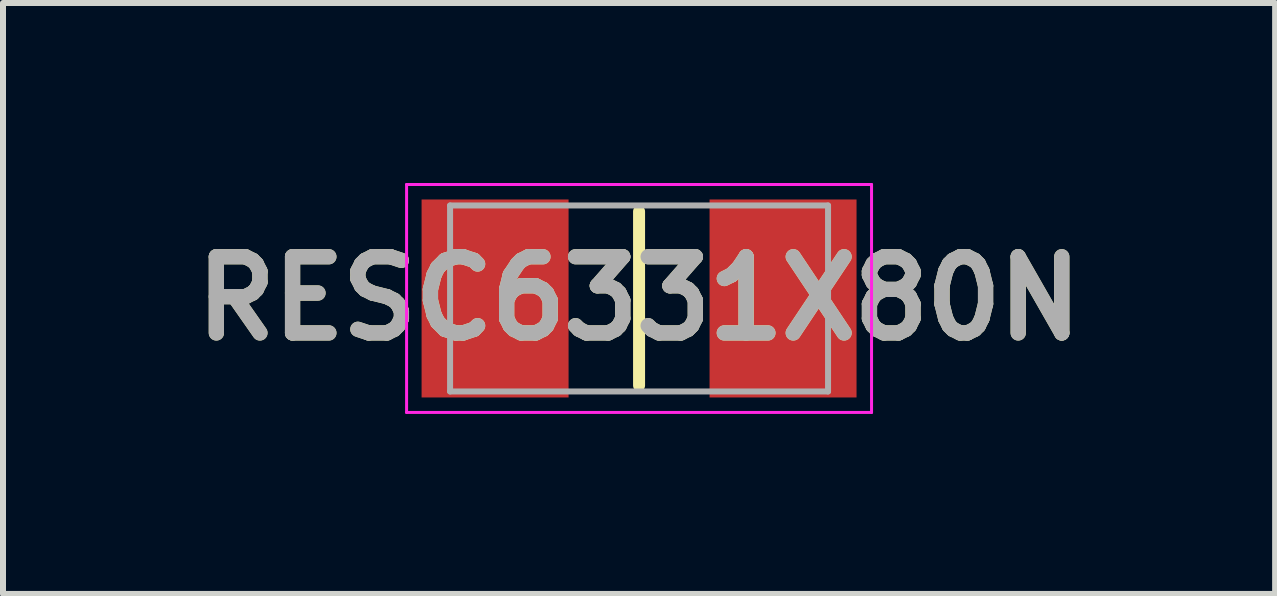
<source format=kicad_pcb>
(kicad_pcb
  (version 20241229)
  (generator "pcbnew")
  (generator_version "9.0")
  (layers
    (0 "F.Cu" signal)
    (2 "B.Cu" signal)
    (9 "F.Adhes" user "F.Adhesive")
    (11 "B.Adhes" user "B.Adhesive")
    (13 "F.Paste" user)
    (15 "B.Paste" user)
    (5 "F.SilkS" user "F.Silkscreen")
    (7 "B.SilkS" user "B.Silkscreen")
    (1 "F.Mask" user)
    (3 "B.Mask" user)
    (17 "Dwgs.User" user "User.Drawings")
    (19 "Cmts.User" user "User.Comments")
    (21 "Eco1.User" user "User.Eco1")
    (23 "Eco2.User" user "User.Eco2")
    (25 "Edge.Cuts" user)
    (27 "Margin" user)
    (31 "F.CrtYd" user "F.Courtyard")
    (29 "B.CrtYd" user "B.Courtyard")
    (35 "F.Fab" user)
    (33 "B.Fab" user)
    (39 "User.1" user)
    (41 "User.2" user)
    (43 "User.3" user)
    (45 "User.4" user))
  (footprint "RESC6331X80N"
    (layer "F.Cu")
    (at 7.602 1.925)
    (property "Reference" "RESC6331X80N" (at 0 0 0) (layer "F.SilkS") (effects (font (size 1.27 1.27) (thickness 0.254))))
    (attr smd)
    (fp_line (start 0 -1.45) (end 0 1.45) (stroke (width 0.2) (type solid)) (layer "F.SilkS"))
    (fp_line (start -3.875 -1.9) (end 3.875 -1.9) (stroke (width 0.05) (type solid)) (layer "F.CrtYd"))
    (fp_line (start -3.875 1.9) (end -3.875 -1.9) (stroke (width 0.05) (type solid)) (layer "F.CrtYd"))
    (fp_line (start 3.875 -1.9) (end 3.875 1.9) (stroke (width 0.05) (type solid)) (layer "F.CrtYd"))
    (fp_line (start 3.875 1.9) (end -3.875 1.9) (stroke (width 0.05) (type solid)) (layer "F.CrtYd"))
    (fp_line (start -3.15 -1.55) (end 3.15 -1.55) (stroke (width 0.1) (type solid)) (layer "F.Fab"))
    (fp_line (start -3.15 1.55) (end -3.15 -1.55) (stroke (width 0.1) (type solid)) (layer "F.Fab"))
    (fp_line (start 3.15 -1.55) (end 3.15 1.55) (stroke (width 0.1) (type solid)) (layer "F.Fab"))
    (fp_line (start 3.15 1.55) (end -3.15 1.55) (stroke (width 0.1) (type solid)) (layer "F.Fab"))
    (fp_text user "${REFERENCE}" (at 0 0 0) (layer "F.Fab") (effects (font (size 1.27 1.27) (thickness 0.254))))
    (pad "1" smd rect (at -2.4 0) (size 2.45 3.3) (layers "F.Cu" "F.Mask" "F.Paste"))
    (pad "2" smd rect (at 2.4 0) (size 2.45 3.3) (layers "F.Cu" "F.Mask" "F.Paste")))
  (gr_rect
    (start -3 -3)
    (end 18.204 6.85)
    (stroke (width 0.1) (type default))
    (fill no)
    (layer "Edge.Cuts")))
</source>
